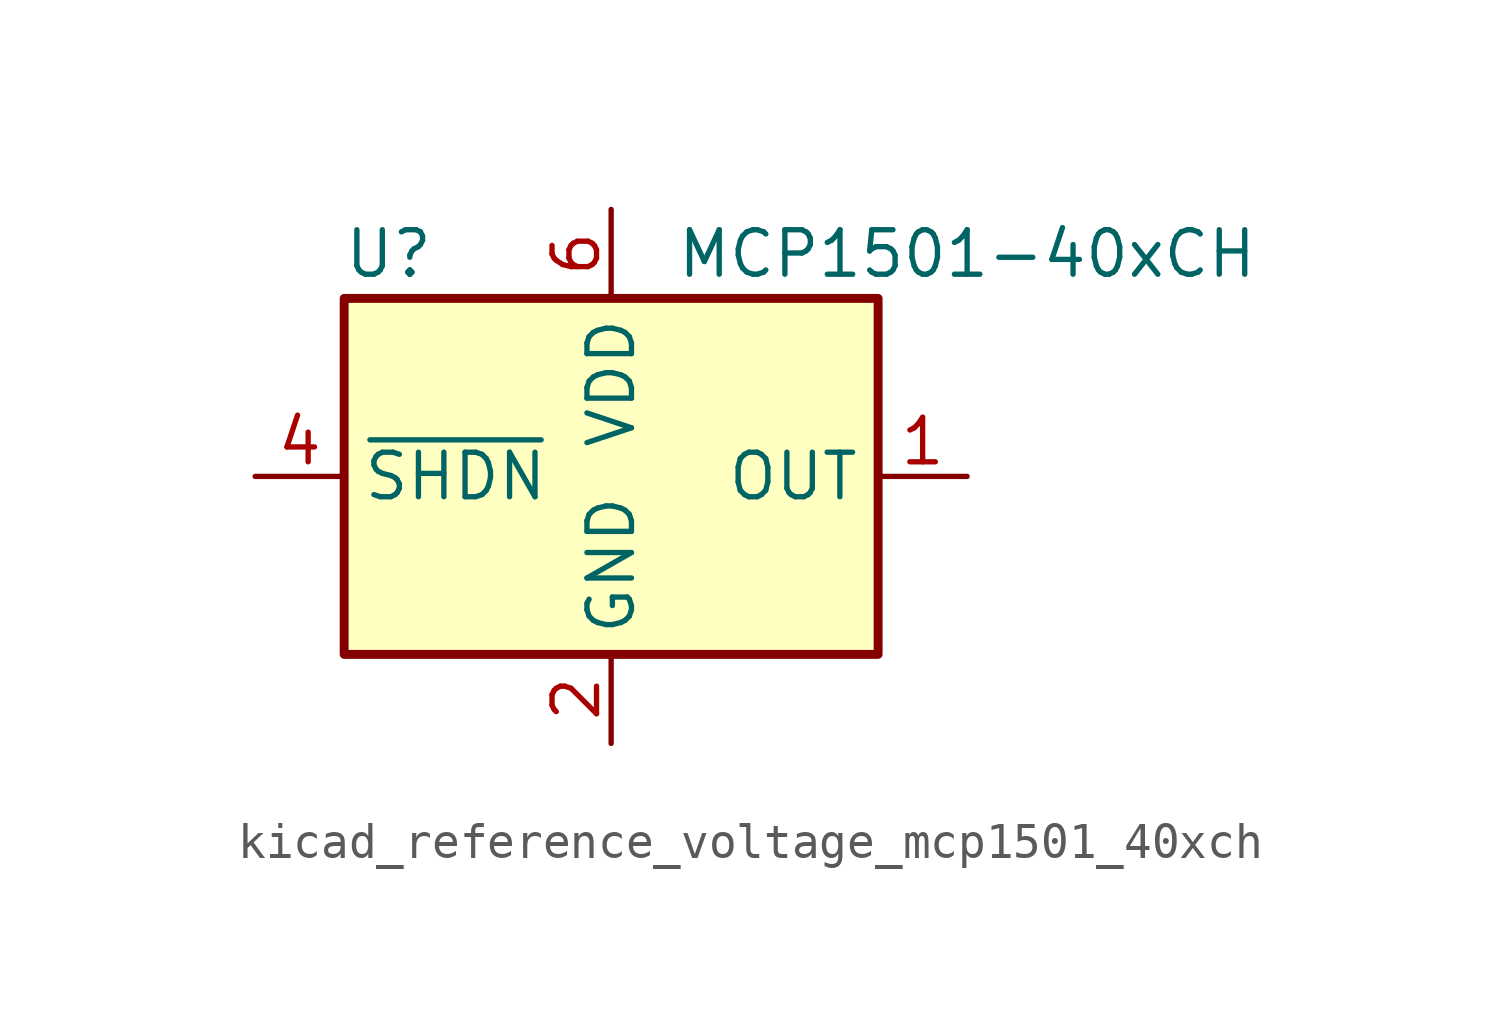
<source format=kicad_sym>
(kicad_symbol_lib
  (version 20220914)
  (generator kicad_symbol_editor)
  (symbol "kicad_reference_voltage_mcp1501_40xch"
    (property "Reference" "U"
      (at -6.35 6.35 0)
      (effects (font (size 1.27 1.27))))
    (property "Value" "MCP1501-40xCH"
      (at 10.16 6.35 0)
      (effects (font (size 1.27 1.27))))
    (symbol "kicad_reference_voltage_mcp1501_40xch_0_0"
      (pin power_out line (at 10.16 0 180) (length 2.54) (name "OUT" (effects (font (size 1.27 1.27)))) (number "1" (effects (font (size 1.27 1.27)))))
      (pin power_in line (at 0 -7.62 90) (length 2.54) (name "GND" (effects (font (size 1.27 1.27)))) (number "2" (effects (font (size 1.27 1.27)))))
      (pin passive line (at 0 -7.62 90) (length 2.54) hide (name "GND" (effects (font (size 1.27 1.27)))) (number "3" (effects (font (size 1.27 1.27)))))
      (pin input line (at -10.16 0 0) (length 2.54) (name "~{SHDN}" (effects (font (size 1.27 1.27)))) (number "4" (effects (font (size 1.27 1.27)))))
      (pin passive line (at 0 -7.62 90) (length 2.54) hide (name "GND" (effects (font (size 1.27 1.27)))) (number "5" (effects (font (size 1.27 1.27)))))
      (pin power_in line (at 0 7.62 270) (length 2.54) (name "VDD" (effects (font (size 1.27 1.27)))) (number "6" (effects (font (size 1.27 1.27))))))
    (symbol "kicad_reference_voltage_mcp1501_40xch_0_1"
      (rectangle (start -7.62 5.08) (end 7.62 -5.08) (stroke (width 0.254) (type default)) (fill (type background))))))
</source>
